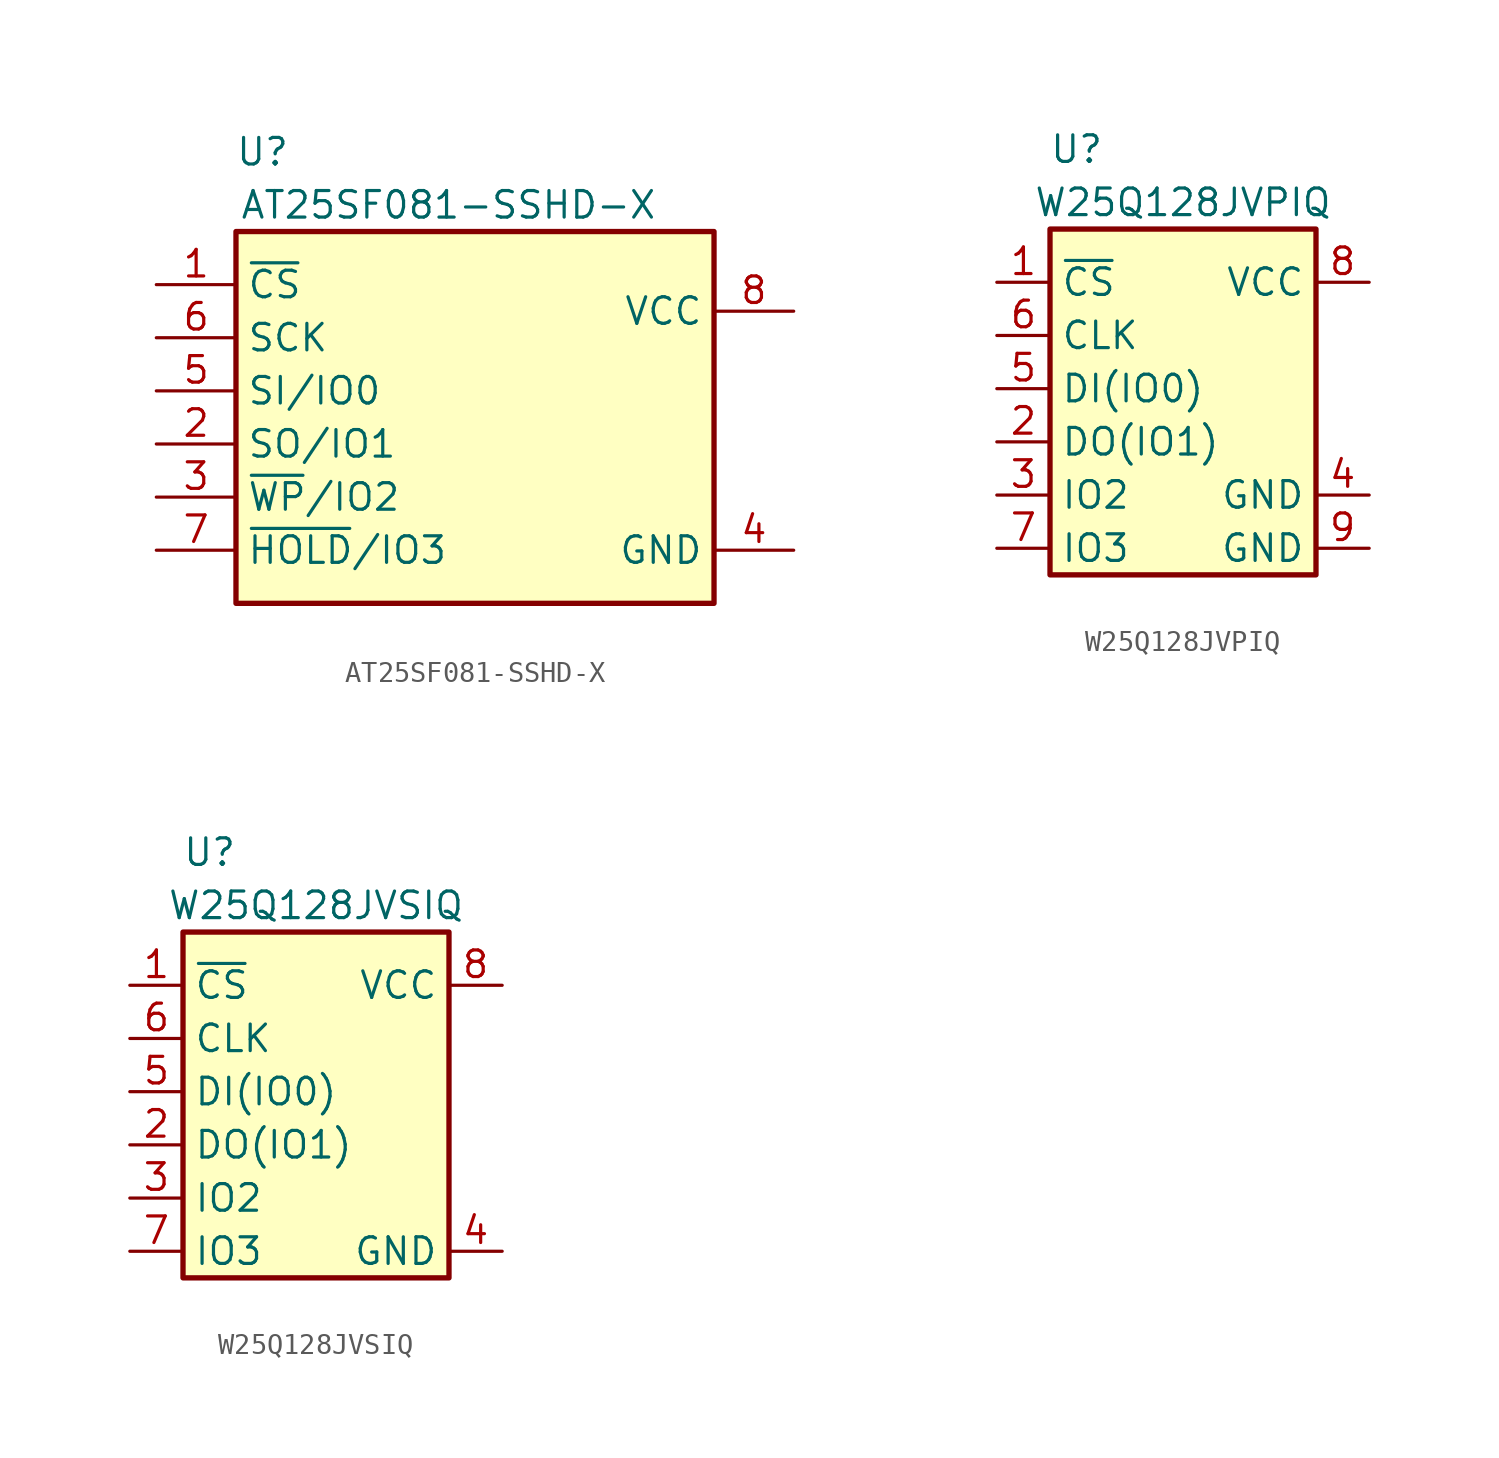
<source format=kicad_sym>
(kicad_symbol_lib
  (version 20231120)
  (generator "kicad_symbol_editor")
  (generator_version "8.0")
  (symbol "AT25SF081-SSHD-X"
    (property "Reference" "U"
      (at -10.16 13.97 0)
      (effects (font (size 1.27 1.27))))
    (property "Value" "AT25SF081-SSHD-X"
      (at -1.27 11.43 0)
      (effects (font (size 1.27 1.27))))
    (symbol "AT25SF081-SSHD-X_1_1"
      (rectangle (start -11.43 10.16) (end 11.43 -7.62) (stroke (width 0.254) (type default)) (fill (type background)))
      (pin input line (at -15.24 7.62 0) (length 3.81) (name "~{CS}" (effects (font (size 1.27 1.27)))) (number "1" (effects (font (size 1.27 1.27)))))
      (pin bidirectional line (at -15.24 0 0) (length 3.81) (name "SO/IO1" (effects (font (size 1.27 1.27)))) (number "2" (effects (font (size 1.27 1.27)))))
      (pin bidirectional line (at -15.24 -2.54 0) (length 3.81) (name "~{WP}/IO2" (effects (font (size 1.27 1.27)))) (number "3" (effects (font (size 1.27 1.27)))))
      (pin power_in line (at 15.24 -5.08 180) (length 3.81) (name "GND" (effects (font (size 1.27 1.27)))) (number "4" (effects (font (size 1.27 1.27)))))
      (pin bidirectional line (at -15.24 2.54 0) (length 3.81) (name "SI/IO0" (effects (font (size 1.27 1.27)))) (number "5" (effects (font (size 1.27 1.27)))))
      (pin input line (at -15.24 5.08 0) (length 3.81) (name "SCK" (effects (font (size 1.27 1.27)))) (number "6" (effects (font (size 1.27 1.27)))))
      (pin bidirectional line (at -15.24 -5.08 0) (length 3.81) (name "~{HOLD}/IO3" (effects (font (size 1.27 1.27)))) (number "7" (effects (font (size 1.27 1.27)))))
      (pin power_in line (at 15.24 6.35 180) (length 3.81) (name "VCC" (effects (font (size 1.27 1.27)))) (number "8" (effects (font (size 1.27 1.27)))))))
  (symbol "W25Q128JVPIQ"
    (property "Reference" "U"
      (at -8.89 11.43 0)
      (effects (font (size 1.27 1.27))))
    (property "Value" "W25Q128JVPIQ"
      (at -3.81 8.89 0)
      (effects (font (size 1.27 1.27))))
    (symbol "W25Q128JVPIQ_0_1"
      (rectangle (start -10.16 7.62) (end 2.54 -8.89) (stroke (width 0.254) (type default)) (fill (type background))))
    (symbol "W25Q128JVPIQ_1_1"
      (pin input line (at -12.7 5.08 0) (length 2.54) (name "~{CS}" (effects (font (size 1.27 1.27)))) (number "1" (effects (font (size 1.27 1.27)))))
      (pin bidirectional line (at -12.7 -2.54 0) (length 2.54) (name "DO(IO1)" (effects (font (size 1.27 1.27)))) (number "2" (effects (font (size 1.27 1.27)))))
      (pin bidirectional line (at -12.7 -5.08 0) (length 2.54) (name "IO2" (effects (font (size 1.27 1.27)))) (number "3" (effects (font (size 1.27 1.27)))))
      (pin power_in line (at 5.08 -5.08 180) (length 2.54) (name "GND" (effects (font (size 1.27 1.27)))) (number "4" (effects (font (size 1.27 1.27)))))
      (pin bidirectional line (at -12.7 0 0) (length 2.54) (name "DI(IO0)" (effects (font (size 1.27 1.27)))) (number "5" (effects (font (size 1.27 1.27)))))
      (pin input line (at -12.7 2.54 0) (length 2.54) (name "CLK" (effects (font (size 1.27 1.27)))) (number "6" (effects (font (size 1.27 1.27)))))
      (pin bidirectional line (at -12.7 -7.62 0) (length 2.54) (name "IO3" (effects (font (size 1.27 1.27)))) (number "7" (effects (font (size 1.27 1.27)))))
      (pin power_in line (at 5.08 5.08 180) (length 2.54) (name "VCC" (effects (font (size 1.27 1.27)))) (number "8" (effects (font (size 1.27 1.27)))))
      (pin power_in line (at 5.08 -7.62 180) (length 2.54) (name "GND" (effects (font (size 1.27 1.27)))) (number "9" (effects (font (size 1.27 1.27)))))))
  (symbol "W25Q128JVSIQ"
    (property "Reference" "U"
      (at -8.89 11.43 0)
      (effects (font (size 1.27 1.27))))
    (property "Value" "W25Q128JVSIQ"
      (at -3.81 8.89 0)
      (effects (font (size 1.27 1.27))))
    (symbol "W25Q128JVSIQ_0_1"
      (rectangle (start -10.16 7.62) (end 2.54 -8.89) (stroke (width 0.254) (type default)) (fill (type background))))
    (symbol "W25Q128JVSIQ_1_1"
      (pin input line (at -12.7 5.08 0) (length 2.54) (name "~{CS}" (effects (font (size 1.27 1.27)))) (number "1" (effects (font (size 1.27 1.27)))))
      (pin bidirectional line (at -12.7 -2.54 0) (length 2.54) (name "DO(IO1)" (effects (font (size 1.27 1.27)))) (number "2" (effects (font (size 1.27 1.27)))))
      (pin bidirectional line (at -12.7 -5.08 0) (length 2.54) (name "IO2" (effects (font (size 1.27 1.27)))) (number "3" (effects (font (size 1.27 1.27)))))
      (pin power_in line (at 5.08 -7.62 180) (length 2.54) (name "GND" (effects (font (size 1.27 1.27)))) (number "4" (effects (font (size 1.27 1.27)))))
      (pin bidirectional line (at -12.7 0 0) (length 2.54) (name "DI(IO0)" (effects (font (size 1.27 1.27)))) (number "5" (effects (font (size 1.27 1.27)))))
      (pin input line (at -12.7 2.54 0) (length 2.54) (name "CLK" (effects (font (size 1.27 1.27)))) (number "6" (effects (font (size 1.27 1.27)))))
      (pin bidirectional line (at -12.7 -7.62 0) (length 2.54) (name "IO3" (effects (font (size 1.27 1.27)))) (number "7" (effects (font (size 1.27 1.27)))))
      (pin power_in line (at 5.08 5.08 180) (length 2.54) (name "VCC" (effects (font (size 1.27 1.27)))) (number "8" (effects (font (size 1.27 1.27))))))))
</source>
